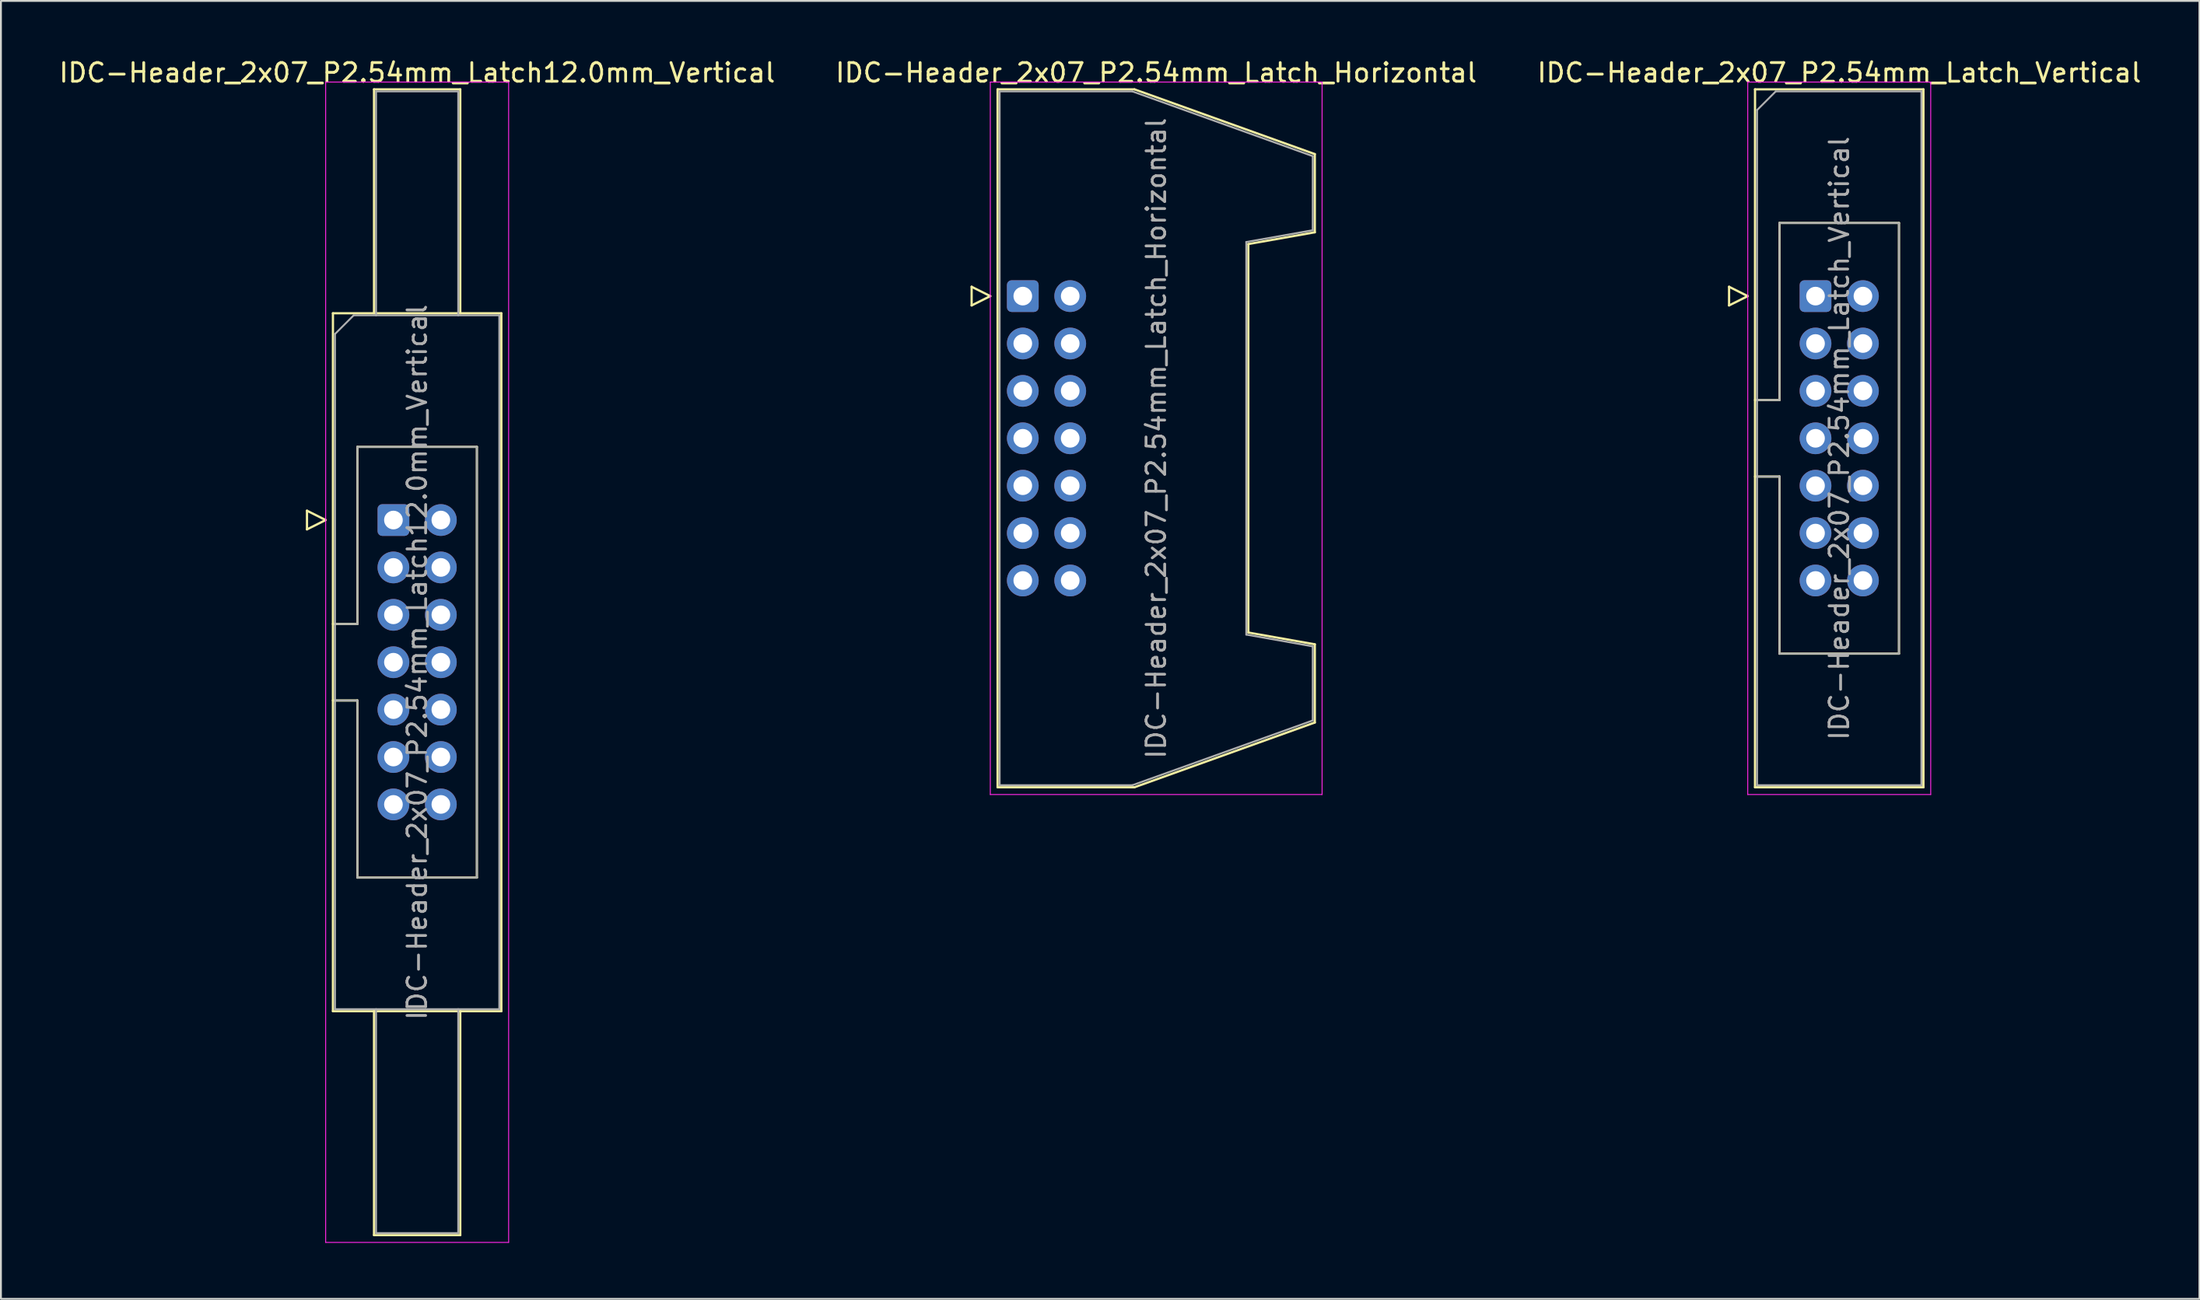
<source format=kicad_pcb>
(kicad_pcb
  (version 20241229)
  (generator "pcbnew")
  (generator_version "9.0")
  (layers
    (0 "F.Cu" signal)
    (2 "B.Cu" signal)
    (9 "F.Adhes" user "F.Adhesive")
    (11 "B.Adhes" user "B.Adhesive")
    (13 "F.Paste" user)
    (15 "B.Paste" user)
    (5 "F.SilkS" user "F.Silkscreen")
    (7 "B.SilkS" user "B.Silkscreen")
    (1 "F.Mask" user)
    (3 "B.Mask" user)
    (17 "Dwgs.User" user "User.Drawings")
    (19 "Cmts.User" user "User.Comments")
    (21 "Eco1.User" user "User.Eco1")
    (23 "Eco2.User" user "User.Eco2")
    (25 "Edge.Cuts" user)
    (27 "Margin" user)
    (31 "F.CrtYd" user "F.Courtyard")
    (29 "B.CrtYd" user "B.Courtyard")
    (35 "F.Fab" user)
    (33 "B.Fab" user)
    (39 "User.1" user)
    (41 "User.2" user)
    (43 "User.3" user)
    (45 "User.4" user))
  (footprint "IDC-Header_2x07_P2.54mm_Latch_Horizontal"
    (layer "F.Cu")
    (at 51.73 12.818)
    (property "Reference" "IDC-Header_2x07_P2.54mm_Latch_Horizontal" (at 7.145 -11.97 0) (layer "F.SilkS") (effects (font (size 1 1) (thickness 0.15))))
    (attr through_hole)
    (fp_line (start -2.74 -0.5) (end -2.74 0.5) (stroke (width 0.12) (type solid)) (layer "F.SilkS"))
    (fp_line (start -2.74 0.5) (end -1.74 0) (stroke (width 0.12) (type solid)) (layer "F.SilkS"))
    (fp_line (start -1.74 0) (end -2.74 -0.5) (stroke (width 0.12) (type solid)) (layer "F.SilkS"))
    (fp_line (start -1.35 -11.08) (end 5.98 -11.08) (stroke (width 0.12) (type solid)) (layer "F.SilkS"))
    (fp_line (start -1.35 26.32) (end -1.35 -11.08) (stroke (width 0.12) (type solid)) (layer "F.SilkS"))
    (fp_line (start 5.98 -11.08) (end 15.64 -7.61) (stroke (width 0.12) (type solid)) (layer "F.SilkS"))
    (fp_line (start 5.98 26.32) (end -1.35 26.32) (stroke (width 0.12) (type solid)) (layer "F.SilkS"))
    (fp_line (start 12.08 -2.79) (end 12.08 18.03) (stroke (width 0.12) (type solid)) (layer "F.SilkS"))
    (fp_line (start 12.08 18.03) (end 15.64 18.66) (stroke (width 0.12) (type solid)) (layer "F.SilkS"))
    (fp_line (start 15.64 -7.61) (end 15.64 -3.42) (stroke (width 0.12) (type solid)) (layer "F.SilkS"))
    (fp_line (start 15.64 -3.42) (end 12.08 -2.79) (stroke (width 0.12) (type solid)) (layer "F.SilkS"))
    (fp_line (start 15.64 18.66) (end 15.64 22.85) (stroke (width 0.12) (type solid)) (layer "F.SilkS"))
    (fp_line (start 15.64 22.85) (end 5.98 26.32) (stroke (width 0.12) (type solid)) (layer "F.SilkS"))
    (fp_line (start -1.74 -11.47) (end -1.74 26.71) (stroke (width 0.05) (type solid)) (layer "F.CrtYd"))
    (fp_line (start -1.74 26.71) (end 16.03 26.71) (stroke (width 0.05) (type solid)) (layer "F.CrtYd"))
    (fp_line (start 16.03 -11.47) (end -1.74 -11.47) (stroke (width 0.05) (type solid)) (layer "F.CrtYd"))
    (fp_line (start 16.03 26.71) (end 16.03 -11.47) (stroke (width 0.05) (type solid)) (layer "F.CrtYd"))
    (fp_line (start -1.24 -10.97) (end 5.87 -10.97) (stroke (width 0.1) (type solid)) (layer "F.Fab"))
    (fp_line (start -1.24 26.21) (end -1.24 -10.97) (stroke (width 0.1) (type solid)) (layer "F.Fab"))
    (fp_line (start 5.87 -10.97) (end 15.53 -7.5) (stroke (width 0.1) (type solid)) (layer "F.Fab"))
    (fp_line (start 5.87 26.21) (end -1.24 26.21) (stroke (width 0.1) (type solid)) (layer "F.Fab"))
    (fp_line (start 11.97 -2.9) (end 11.97 18.14) (stroke (width 0.1) (type solid)) (layer "F.Fab"))
    (fp_line (start 11.97 18.14) (end 15.53 18.77) (stroke (width 0.1) (type solid)) (layer "F.Fab"))
    (fp_line (start 15.53 -7.5) (end 15.53 -3.53) (stroke (width 0.1) (type solid)) (layer "F.Fab"))
    (fp_line (start 15.53 -3.53) (end 11.97 -2.9) (stroke (width 0.1) (type solid)) (layer "F.Fab"))
    (fp_line (start 15.53 18.77) (end 15.53 22.74) (stroke (width 0.1) (type solid)) (layer "F.Fab"))
    (fp_line (start 15.53 22.74) (end 5.87 26.21) (stroke (width 0.1) (type solid)) (layer "F.Fab"))
    (fp_text user "${REFERENCE}" (at 7.145 7.62 90) (layer "F.Fab") (effects (font (size 1 1) (thickness 0.15))))
    (pad "1" thru_hole roundrect (at 0 0) (size 1.7 1.7) (drill 1) (layers "*.Cu" "*.Mask") (roundrect_rratio 0.147))
    (pad "2" thru_hole circle (at 2.54 0) (size 1.7 1.7) (drill 1) (layers "*.Cu" "*.Mask"))
    (pad "3" thru_hole circle (at 0 2.54) (size 1.7 1.7) (drill 1) (layers "*.Cu" "*.Mask"))
    (pad "4" thru_hole circle (at 2.54 2.54) (size 1.7 1.7) (drill 1) (layers "*.Cu" "*.Mask"))
    (pad "5" thru_hole circle (at 0 5.08) (size 1.7 1.7) (drill 1) (layers "*.Cu" "*.Mask"))
    (pad "6" thru_hole circle (at 2.54 5.08) (size 1.7 1.7) (drill 1) (layers "*.Cu" "*.Mask"))
    (pad "7" thru_hole circle (at 0 7.62) (size 1.7 1.7) (drill 1) (layers "*.Cu" "*.Mask"))
    (pad "8" thru_hole circle (at 2.54 7.62) (size 1.7 1.7) (drill 1) (layers "*.Cu" "*.Mask"))
    (pad "9" thru_hole circle (at 0 10.16) (size 1.7 1.7) (drill 1) (layers "*.Cu" "*.Mask"))
    (pad "10" thru_hole circle (at 2.54 10.16) (size 1.7 1.7) (drill 1) (layers "*.Cu" "*.Mask"))
    (pad "11" thru_hole circle (at 0 12.7) (size 1.7 1.7) (drill 1) (layers "*.Cu" "*.Mask"))
    (pad "12" thru_hole circle (at 2.54 12.7) (size 1.7 1.7) (drill 1) (layers "*.Cu" "*.Mask"))
    (pad "13" thru_hole circle (at 0 15.24) (size 1.7 1.7) (drill 1) (layers "*.Cu" "*.Mask"))
    (pad "14" thru_hole circle (at 2.54 15.24) (size 1.7 1.7) (drill 1) (layers "*.Cu" "*.Mask")))
  (footprint "IDC-Header_2x07_P2.54mm_Latch12.0mm_Vertical"
    (layer "F.Cu")
    (at 18.022 24.818)
    (property "Reference" "IDC-Header_2x07_P2.54mm_Latch12.0mm_Vertical" (at 1.27 -23.97 0) (layer "F.SilkS") (effects (font (size 1 1) (thickness 0.15))))
    (attr through_hole)
    (fp_line (start -4.63 -0.5) (end -4.63 0.5) (stroke (width 0.12) (type solid)) (layer "F.SilkS"))
    (fp_line (start -4.63 0.5) (end -3.63 0) (stroke (width 0.12) (type solid)) (layer "F.SilkS"))
    (fp_line (start -3.63 0) (end -4.63 -0.5) (stroke (width 0.12) (type solid)) (layer "F.SilkS"))
    (fp_line (start -3.24 -11.08) (end 5.78 -11.08) (stroke (width 0.12) (type solid)) (layer "F.SilkS"))
    (fp_line (start -3.24 5.57) (end -1.93 5.57) (stroke (width 0.12) (type solid)) (layer "F.SilkS"))
    (fp_line (start -3.24 26.32) (end -3.24 -11.08) (stroke (width 0.12) (type solid)) (layer "F.SilkS"))
    (fp_line (start -1.93 -3.92) (end 4.47 -3.92) (stroke (width 0.12) (type solid)) (layer "F.SilkS"))
    (fp_line (start -1.93 5.57) (end -1.93 -3.92) (stroke (width 0.12) (type solid)) (layer "F.SilkS"))
    (fp_line (start -1.93 9.67) (end -3.24 9.67) (stroke (width 0.12) (type solid)) (layer "F.SilkS"))
    (fp_line (start -1.93 9.67) (end -1.93 9.67) (stroke (width 0.12) (type solid)) (layer "F.SilkS"))
    (fp_line (start -1.93 19.16) (end -1.93 9.67) (stroke (width 0.12) (type solid)) (layer "F.SilkS"))
    (fp_line (start -1.04 -23.08) (end 3.58 -23.08) (stroke (width 0.12) (type solid)) (layer "F.SilkS"))
    (fp_line (start -1.04 -11.08) (end -1.04 -23.08) (stroke (width 0.12) (type solid)) (layer "F.SilkS"))
    (fp_line (start -1.04 26.32) (end -1.04 38.32) (stroke (width 0.12) (type solid)) (layer "F.SilkS"))
    (fp_line (start -1.04 38.32) (end 3.58 38.32) (stroke (width 0.12) (type solid)) (layer "F.SilkS"))
    (fp_line (start 3.58 -23.08) (end 3.58 -11.08) (stroke (width 0.12) (type solid)) (layer "F.SilkS"))
    (fp_line (start 3.58 38.32) (end 3.58 26.32) (stroke (width 0.12) (type solid)) (layer "F.SilkS"))
    (fp_line (start 4.47 -3.92) (end 4.47 19.16) (stroke (width 0.12) (type solid)) (layer "F.SilkS"))
    (fp_line (start 4.47 19.16) (end -1.93 19.16) (stroke (width 0.12) (type solid)) (layer "F.SilkS"))
    (fp_line (start 5.78 -11.08) (end 5.78 26.32) (stroke (width 0.12) (type solid)) (layer "F.SilkS"))
    (fp_line (start 5.78 26.32) (end -3.24 26.32) (stroke (width 0.12) (type solid)) (layer "F.SilkS"))
    (fp_line (start -3.63 -23.47) (end -3.63 38.71) (stroke (width 0.05) (type solid)) (layer "F.CrtYd"))
    (fp_line (start -3.63 38.71) (end 6.17 38.71) (stroke (width 0.05) (type solid)) (layer "F.CrtYd"))
    (fp_line (start 6.17 -23.47) (end -3.63 -23.47) (stroke (width 0.05) (type solid)) (layer "F.CrtYd"))
    (fp_line (start 6.17 38.71) (end 6.17 -23.47) (stroke (width 0.05) (type solid)) (layer "F.CrtYd"))
    (fp_line (start -3.13 -9.97) (end -2.13 -10.97) (stroke (width 0.1) (type solid)) (layer "F.Fab"))
    (fp_line (start -3.13 5.57) (end -1.93 5.57) (stroke (width 0.1) (type solid)) (layer "F.Fab"))
    (fp_line (start -3.13 26.21) (end -3.13 -9.97) (stroke (width 0.1) (type solid)) (layer "F.Fab"))
    (fp_line (start -2.13 -10.97) (end 5.67 -10.97) (stroke (width 0.1) (type solid)) (layer "F.Fab"))
    (fp_line (start -1.93 -3.92) (end 4.47 -3.92) (stroke (width 0.1) (type solid)) (layer "F.Fab"))
    (fp_line (start -1.93 5.57) (end -1.93 -3.92) (stroke (width 0.1) (type solid)) (layer "F.Fab"))
    (fp_line (start -1.93 9.67) (end -3.13 9.67) (stroke (width 0.1) (type solid)) (layer "F.Fab"))
    (fp_line (start -1.93 9.67) (end -1.93 9.67) (stroke (width 0.1) (type solid)) (layer "F.Fab"))
    (fp_line (start -1.93 19.16) (end -1.93 9.67) (stroke (width 0.1) (type solid)) (layer "F.Fab"))
    (fp_line (start -0.93 -22.97) (end 3.47 -22.97) (stroke (width 0.1) (type solid)) (layer "F.Fab"))
    (fp_line (start -0.93 -10.97) (end -0.93 -22.97) (stroke (width 0.1) (type solid)) (layer "F.Fab"))
    (fp_line (start -0.93 26.21) (end -0.93 38.21) (stroke (width 0.1) (type solid)) (layer "F.Fab"))
    (fp_line (start -0.93 38.21) (end 3.47 38.21) (stroke (width 0.1) (type solid)) (layer "F.Fab"))
    (fp_line (start 3.47 -22.97) (end 3.47 -10.97) (stroke (width 0.1) (type solid)) (layer "F.Fab"))
    (fp_line (start 3.47 38.21) (end 3.47 26.21) (stroke (width 0.1) (type solid)) (layer "F.Fab"))
    (fp_line (start 4.47 -3.92) (end 4.47 19.16) (stroke (width 0.1) (type solid)) (layer "F.Fab"))
    (fp_line (start 4.47 19.16) (end -1.93 19.16) (stroke (width 0.1) (type solid)) (layer "F.Fab"))
    (fp_line (start 5.67 -10.97) (end 5.67 26.21) (stroke (width 0.1) (type solid)) (layer "F.Fab"))
    (fp_line (start 5.67 26.21) (end -3.13 26.21) (stroke (width 0.1) (type solid)) (layer "F.Fab"))
    (fp_text user "${REFERENCE}" (at 1.27 7.62 90) (layer "F.Fab") (effects (font (size 1 1) (thickness 0.15))))
    (pad "1" thru_hole roundrect (at 0 0) (size 1.7 1.7) (drill 1) (layers "*.Cu" "*.Mask") (roundrect_rratio 0.147))
    (pad "2" thru_hole circle (at 2.54 0) (size 1.7 1.7) (drill 1) (layers "*.Cu" "*.Mask"))
    (pad "3" thru_hole circle (at 0 2.54) (size 1.7 1.7) (drill 1) (layers "*.Cu" "*.Mask"))
    (pad "4" thru_hole circle (at 2.54 2.54) (size 1.7 1.7) (drill 1) (layers "*.Cu" "*.Mask"))
    (pad "5" thru_hole circle (at 0 5.08) (size 1.7 1.7) (drill 1) (layers "*.Cu" "*.Mask"))
    (pad "6" thru_hole circle (at 2.54 5.08) (size 1.7 1.7) (drill 1) (layers "*.Cu" "*.Mask"))
    (pad "7" thru_hole circle (at 0 7.62) (size 1.7 1.7) (drill 1) (layers "*.Cu" "*.Mask"))
    (pad "8" thru_hole circle (at 2.54 7.62) (size 1.7 1.7) (drill 1) (layers "*.Cu" "*.Mask"))
    (pad "9" thru_hole circle (at 0 10.16) (size 1.7 1.7) (drill 1) (layers "*.Cu" "*.Mask"))
    (pad "10" thru_hole circle (at 2.54 10.16) (size 1.7 1.7) (drill 1) (layers "*.Cu" "*.Mask"))
    (pad "11" thru_hole circle (at 0 12.7) (size 1.7 1.7) (drill 1) (layers "*.Cu" "*.Mask"))
    (pad "12" thru_hole circle (at 2.54 12.7) (size 1.7 1.7) (drill 1) (layers "*.Cu" "*.Mask"))
    (pad "13" thru_hole circle (at 0 15.24) (size 1.7 1.7) (drill 1) (layers "*.Cu" "*.Mask"))
    (pad "14" thru_hole circle (at 2.54 15.24) (size 1.7 1.7) (drill 1) (layers "*.Cu" "*.Mask")))
  (footprint "IDC-Header_2x07_P2.54mm_Latch_Vertical"
    (layer "F.Cu")
    (at 94.188 12.818)
    (property "Reference" "IDC-Header_2x07_P2.54mm_Latch_Vertical" (at 1.27 -11.97 0) (layer "F.SilkS") (effects (font (size 1 1) (thickness 0.15))))
    (attr through_hole)
    (fp_line (start -4.63 -0.5) (end -4.63 0.5) (stroke (width 0.12) (type solid)) (layer "F.SilkS"))
    (fp_line (start -4.63 0.5) (end -3.63 0) (stroke (width 0.12) (type solid)) (layer "F.SilkS"))
    (fp_line (start -3.63 0) (end -4.63 -0.5) (stroke (width 0.12) (type solid)) (layer "F.SilkS"))
    (fp_line (start -3.24 -11.08) (end 5.78 -11.08) (stroke (width 0.12) (type solid)) (layer "F.SilkS"))
    (fp_line (start -3.24 5.57) (end -1.93 5.57) (stroke (width 0.12) (type solid)) (layer "F.SilkS"))
    (fp_line (start -3.24 26.32) (end -3.24 -11.08) (stroke (width 0.12) (type solid)) (layer "F.SilkS"))
    (fp_line (start -1.93 -3.92) (end 4.47 -3.92) (stroke (width 0.12) (type solid)) (layer "F.SilkS"))
    (fp_line (start -1.93 5.57) (end -1.93 -3.92) (stroke (width 0.12) (type solid)) (layer "F.SilkS"))
    (fp_line (start -1.93 9.67) (end -3.24 9.67) (stroke (width 0.12) (type solid)) (layer "F.SilkS"))
    (fp_line (start -1.93 9.67) (end -1.93 9.67) (stroke (width 0.12) (type solid)) (layer "F.SilkS"))
    (fp_line (start -1.93 19.16) (end -1.93 9.67) (stroke (width 0.12) (type solid)) (layer "F.SilkS"))
    (fp_line (start 4.47 -3.92) (end 4.47 19.16) (stroke (width 0.12) (type solid)) (layer "F.SilkS"))
    (fp_line (start 4.47 19.16) (end -1.93 19.16) (stroke (width 0.12) (type solid)) (layer "F.SilkS"))
    (fp_line (start 5.78 -11.08) (end 5.78 26.32) (stroke (width 0.12) (type solid)) (layer "F.SilkS"))
    (fp_line (start 5.78 26.32) (end -3.24 26.32) (stroke (width 0.12) (type solid)) (layer "F.SilkS"))
    (fp_line (start -3.63 -11.47) (end -3.63 26.71) (stroke (width 0.05) (type solid)) (layer "F.CrtYd"))
    (fp_line (start -3.63 26.71) (end 6.17 26.71) (stroke (width 0.05) (type solid)) (layer "F.CrtYd"))
    (fp_line (start 6.17 -11.47) (end -3.63 -11.47) (stroke (width 0.05) (type solid)) (layer "F.CrtYd"))
    (fp_line (start 6.17 26.71) (end 6.17 -11.47) (stroke (width 0.05) (type solid)) (layer "F.CrtYd"))
    (fp_line (start -3.13 -9.97) (end -2.13 -10.97) (stroke (width 0.1) (type solid)) (layer "F.Fab"))
    (fp_line (start -3.13 5.57) (end -1.93 5.57) (stroke (width 0.1) (type solid)) (layer "F.Fab"))
    (fp_line (start -3.13 26.21) (end -3.13 -9.97) (stroke (width 0.1) (type solid)) (layer "F.Fab"))
    (fp_line (start -2.13 -10.97) (end 5.67 -10.97) (stroke (width 0.1) (type solid)) (layer "F.Fab"))
    (fp_line (start -1.93 -3.92) (end 4.47 -3.92) (stroke (width 0.1) (type solid)) (layer "F.Fab"))
    (fp_line (start -1.93 5.57) (end -1.93 -3.92) (stroke (width 0.1) (type solid)) (layer "F.Fab"))
    (fp_line (start -1.93 9.67) (end -3.13 9.67) (stroke (width 0.1) (type solid)) (layer "F.Fab"))
    (fp_line (start -1.93 9.67) (end -1.93 9.67) (stroke (width 0.1) (type solid)) (layer "F.Fab"))
    (fp_line (start -1.93 19.16) (end -1.93 9.67) (stroke (width 0.1) (type solid)) (layer "F.Fab"))
    (fp_line (start 4.47 -3.92) (end 4.47 19.16) (stroke (width 0.1) (type solid)) (layer "F.Fab"))
    (fp_line (start 4.47 19.16) (end -1.93 19.16) (stroke (width 0.1) (type solid)) (layer "F.Fab"))
    (fp_line (start 5.67 -10.97) (end 5.67 26.21) (stroke (width 0.1) (type solid)) (layer "F.Fab"))
    (fp_line (start 5.67 26.21) (end -3.13 26.21) (stroke (width 0.1) (type solid)) (layer "F.Fab"))
    (fp_text user "${REFERENCE}" (at 1.27 7.62 90) (layer "F.Fab") (effects (font (size 1 1) (thickness 0.15))))
    (pad "1" thru_hole roundrect (at 0 0) (size 1.7 1.7) (drill 1) (layers "*.Cu" "*.Mask") (roundrect_rratio 0.147))
    (pad "2" thru_hole circle (at 2.54 0) (size 1.7 1.7) (drill 1) (layers "*.Cu" "*.Mask"))
    (pad "3" thru_hole circle (at 0 2.54) (size 1.7 1.7) (drill 1) (layers "*.Cu" "*.Mask"))
    (pad "4" thru_hole circle (at 2.54 2.54) (size 1.7 1.7) (drill 1) (layers "*.Cu" "*.Mask"))
    (pad "5" thru_hole circle (at 0 5.08) (size 1.7 1.7) (drill 1) (layers "*.Cu" "*.Mask"))
    (pad "6" thru_hole circle (at 2.54 5.08) (size 1.7 1.7) (drill 1) (layers "*.Cu" "*.Mask"))
    (pad "7" thru_hole circle (at 0 7.62) (size 1.7 1.7) (drill 1) (layers "*.Cu" "*.Mask"))
    (pad "8" thru_hole circle (at 2.54 7.62) (size 1.7 1.7) (drill 1) (layers "*.Cu" "*.Mask"))
    (pad "9" thru_hole circle (at 0 10.16) (size 1.7 1.7) (drill 1) (layers "*.Cu" "*.Mask"))
    (pad "10" thru_hole circle (at 2.54 10.16) (size 1.7 1.7) (drill 1) (layers "*.Cu" "*.Mask"))
    (pad "11" thru_hole circle (at 0 12.7) (size 1.7 1.7) (drill 1) (layers "*.Cu" "*.Mask"))
    (pad "12" thru_hole circle (at 2.54 12.7) (size 1.7 1.7) (drill 1) (layers "*.Cu" "*.Mask"))
    (pad "13" thru_hole circle (at 0 15.24) (size 1.7 1.7) (drill 1) (layers "*.Cu" "*.Mask"))
    (pad "14" thru_hole circle (at 2.54 15.24) (size 1.7 1.7) (drill 1) (layers "*.Cu" "*.Mask")))
  (gr_rect
    (start -3 -3)
    (end 114.75 66.553)
    (stroke (width 0.1) (type default))
    (fill no)
    (layer "Edge.Cuts")))
</source>
